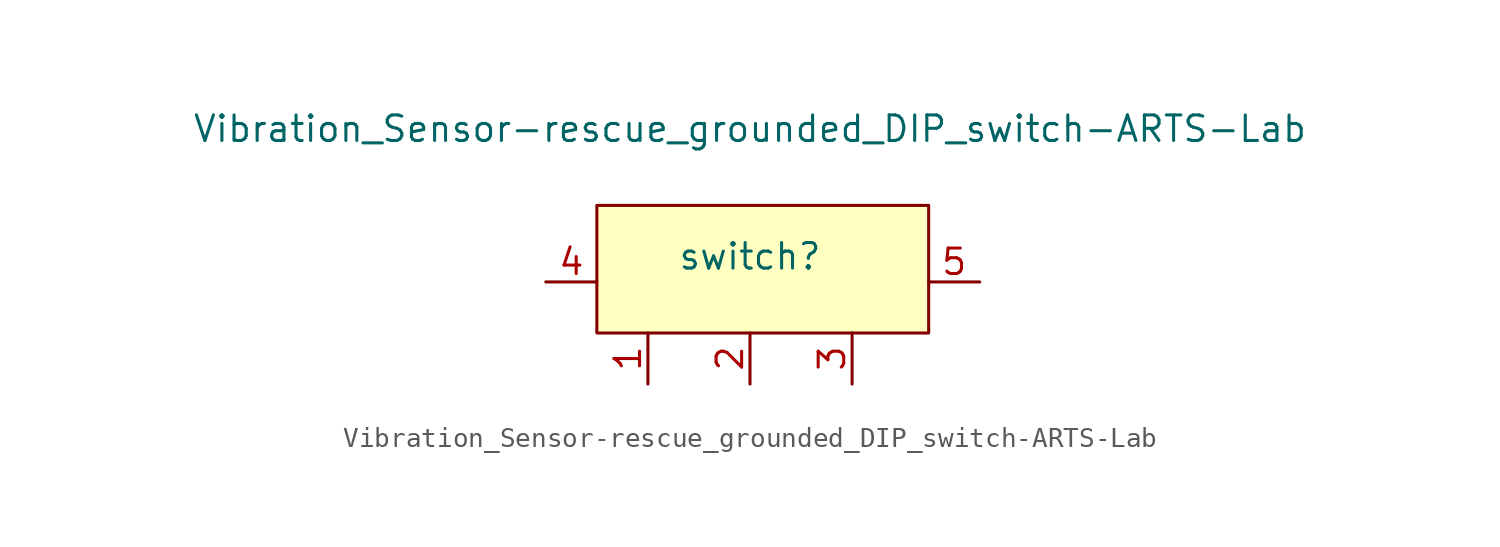
<source format=kicad_sym>
(kicad_symbol_lib
  (version 20220914)
  (generator kicad_symbol_editor)
  (symbol "Vibration_Sensor-rescue_grounded_DIP_switch-ARTS-Lab"
    (pin_names
      (offset 1.016))
    (property "Reference" "switch"
      (at 0 -2.54 0)
      (effects (font (size 1.27 1.27))))
    (property "Value" "Vibration_Sensor-rescue_grounded_DIP_switch-ARTS-Lab"
      (at 0 3.81 0)
      (effects (font (size 1.27 1.27))))
    (symbol "Vibration_Sensor-rescue_grounded_DIP_switch-ARTS-Lab_0_1"
      (rectangle (start -7.62 0) (end 8.89 -6.35) (stroke (width 0) (type solid)) (fill (type background))))
    (symbol "Vibration_Sensor-rescue_grounded_DIP_switch-ARTS-Lab_1_1"
      (pin input line (at -5.08 -8.89 90) (length 2.54) (name "~" (effects (font (size 1.27 1.27)))) (number "1" (effects (font (size 1.27 1.27)))))
      (pin input line (at 0 -8.89 90) (length 2.54) (name "~" (effects (font (size 1.27 1.27)))) (number "2" (effects (font (size 1.27 1.27)))))
      (pin input line (at 5.08 -8.89 90) (length 2.54) (name "~" (effects (font (size 1.27 1.27)))) (number "3" (effects (font (size 1.27 1.27)))))
      (pin input line (at -10.16 -3.81 0) (length 2.54) (name "~" (effects (font (size 1.27 1.27)))) (number "4" (effects (font (size 1.27 1.27)))))
      (pin input line (at 11.43 -3.81 180) (length 2.54) (name "~" (effects (font (size 1.27 1.27)))) (number "5" (effects (font (size 1.27 1.27))))))))
</source>
